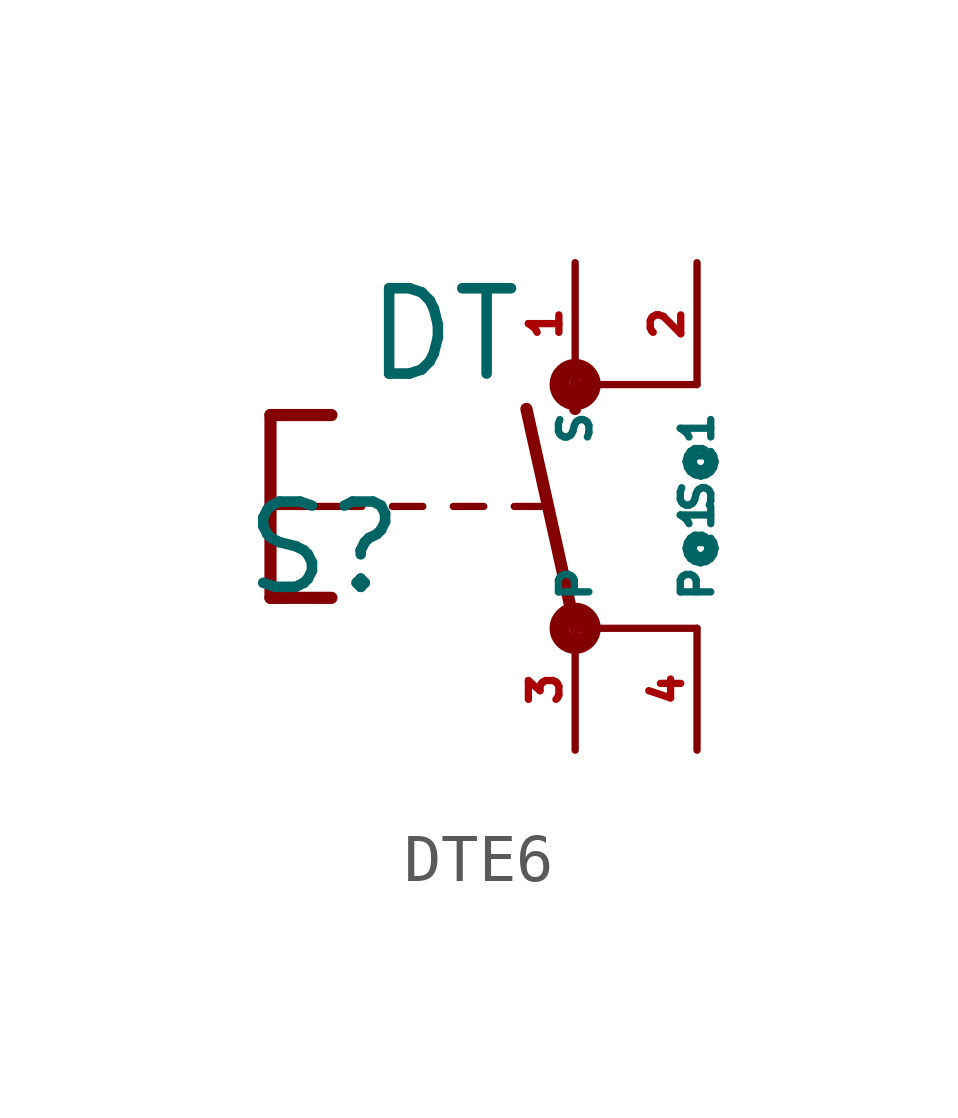
<source format=kicad_sym>
(kicad_symbol_lib
  (version 20220914)
  (generator Eagle2Kicad)
  (symbol "DTE6"
    (property "Reference" "S"
      (at -6.985 -1.905 0)
      (effects (font (size 1.778 1.778) (thickness 0.22)) (justify left bottom)))
    (property "Value" "DT"
      (at -4.445 2.54 0)
      (effects (font (size 1.778 1.778) (thickness 0.22)) (justify left bottom)))
    (polyline
      (pts (xy 0 2.032) (xy 0 2.54))
      (stroke (width 0.254) (type default))
      (fill (type none)))
    (polyline
      (pts (xy -6.35 1.905) (xy -5.08 1.905))
      (stroke (width 0.254) (type default))
      (fill (type none)))
    (polyline
      (pts (xy -6.35 1.905) (xy -6.35 0))
      (stroke (width 0.254) (type default))
      (fill (type none)))
    (polyline
      (pts (xy -6.35 -1.905) (xy -5.08 -1.905))
      (stroke (width 0.254) (type default))
      (fill (type none)))
    (polyline
      (pts (xy -6.35 0) (xy -4.445 0))
      (stroke (width 0.152) (type default))
      (fill (type none)))
    (polyline
      (pts (xy -6.35 0) (xy -6.35 -1.905))
      (stroke (width 0.254) (type default))
      (fill (type none)))
    (polyline
      (pts (xy -2.54 0) (xy -1.905 0))
      (stroke (width 0.152) (type default))
      (fill (type none)))
    (polyline
      (pts (xy -1.27 0) (xy -0.635 0))
      (stroke (width 0.152) (type default))
      (fill (type none)))
    (polyline
      (pts (xy -3.81 0) (xy -3.175 0))
      (stroke (width 0.152) (type default))
      (fill (type none)))
    (polyline
      (pts (xy 2.54 2.54) (xy 0 2.54))
      (stroke (width 0.152) (type default))
      (fill (type none)))
    (polyline
      (pts (xy 2.54 -2.54) (xy 0 -2.54))
      (stroke (width 0.152) (type default))
      (fill (type none)))
    (polyline
      (pts (xy 0 -2.54) (xy -1.016 2.032))
      (stroke (width 0.254) (type default))
      (fill (type none)))
    (circle
      (center 0 -2.54)
      (radius 0.127)
      (stroke (width 0.406) (type default))
      (fill (type none)))
    (circle
      (center 0 2.54)
      (radius 0.127)
      (stroke (width 0.406) (type default))
      (fill (type none)))
    (pin passive line
      (at 0 5.08 270)
      (length 2.54)
      (name "S" (effects (font (size 0.635 0.635) (thickness 0.08)) (justify left bottom)))
      (number "1" (effects (font (size 0.635 0.635) (thickness 0.08)) (justify left bottom))))
    (pin passive line
      (at 0 -5.08 90)
      (length 2.54)
      (name "P" (effects (font (size 0.635 0.635) (thickness 0.08)) (justify left bottom)))
      (number "3" (effects (font (size 0.635 0.635) (thickness 0.08)) (justify left bottom))))
    (pin passive line
      (at 2.54 -5.08 90)
      (length 2.54)
      (name "P@1" (effects (font (size 0.635 0.635) (thickness 0.08)) (justify left bottom)))
      (number "4" (effects (font (size 0.635 0.635) (thickness 0.08)) (justify left bottom))))
    (pin passive line
      (at 2.54 5.08 270)
      (length 2.54)
      (name "S@1" (effects (font (size 0.635 0.635) (thickness 0.08)) (justify left bottom)))
      (number "2" (effects (font (size 0.635 0.635) (thickness 0.08)) (justify left bottom))))))
</source>
